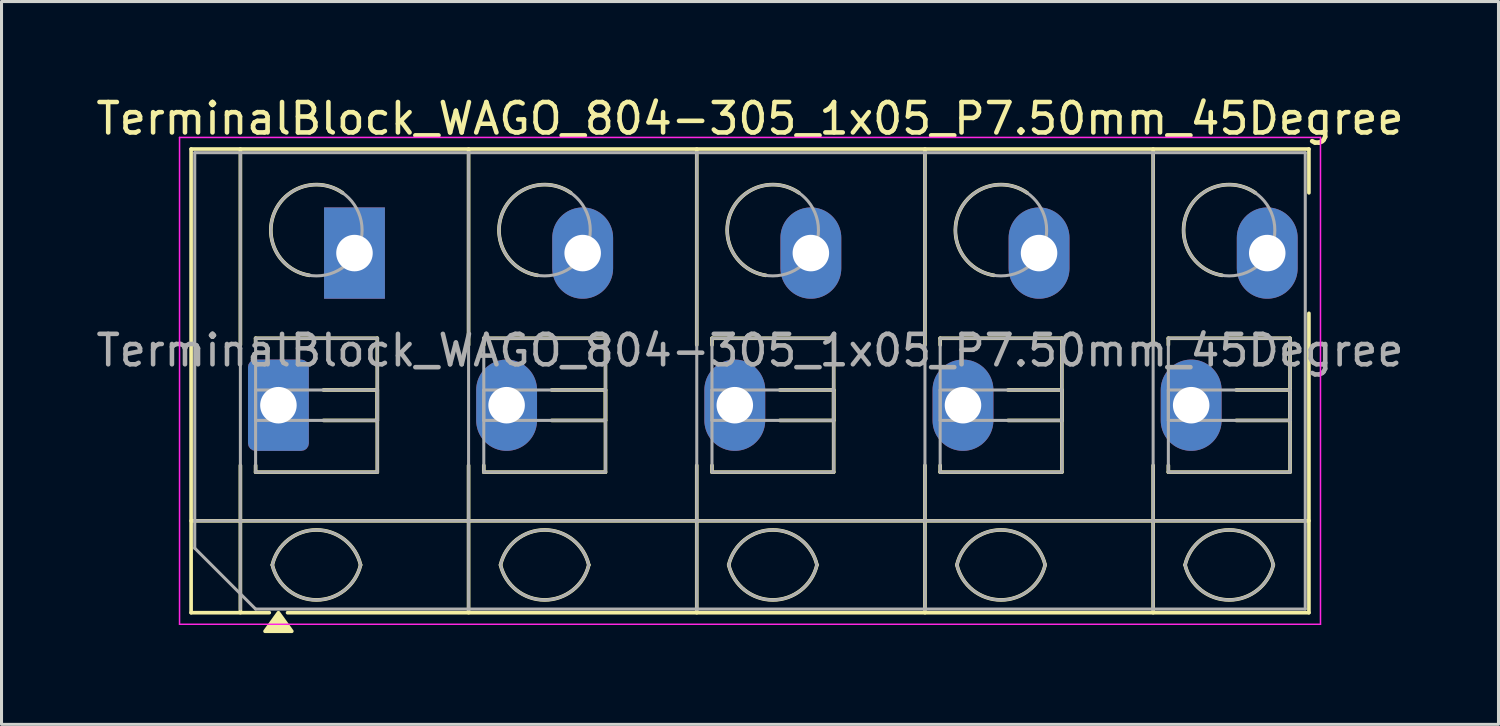
<source format=kicad_pcb>
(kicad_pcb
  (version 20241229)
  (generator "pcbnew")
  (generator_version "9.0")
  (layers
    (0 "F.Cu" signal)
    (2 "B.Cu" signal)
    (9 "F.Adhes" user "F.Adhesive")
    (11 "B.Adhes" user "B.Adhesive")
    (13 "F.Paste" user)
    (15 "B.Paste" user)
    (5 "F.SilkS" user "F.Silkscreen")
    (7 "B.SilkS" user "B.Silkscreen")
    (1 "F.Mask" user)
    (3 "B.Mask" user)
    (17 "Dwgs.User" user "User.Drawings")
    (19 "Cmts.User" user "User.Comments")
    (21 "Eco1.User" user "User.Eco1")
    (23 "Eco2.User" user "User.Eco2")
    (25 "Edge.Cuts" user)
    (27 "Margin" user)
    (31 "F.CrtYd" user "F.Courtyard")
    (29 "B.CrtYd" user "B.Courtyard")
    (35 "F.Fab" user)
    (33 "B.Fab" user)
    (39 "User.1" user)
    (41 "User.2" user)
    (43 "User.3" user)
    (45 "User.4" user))
  (footprint "TerminalBlock_WAGO_804-305_1x05_P7.50mm_45Degree"
    (layer "F.Cu")
    (at 6.101 10.268)
    (property "Reference" "TerminalBlock_WAGO_804-305_1x05_P7.50mm_45Degree" (at 15.5 -9.42 0) (layer "F.SilkS") (effects (font (size 1 1) (thickness 0.15))))
    (attr through_hole)
    (fp_line (start -2.87 -8.42) (end -2.87 6.82) (stroke (width 0.12) (type solid)) (layer "F.SilkS"))
    (fp_line (start -2.87 -8.42) (end 33.87 -8.42) (stroke (width 0.12) (type solid)) (layer "F.SilkS"))
    (fp_line (start -2.87 3.8) (end 33.87 3.8) (stroke (width 0.12) (type solid)) (layer "F.SilkS"))
    (fp_line (start -2.87 6.82) (end -0.3 6.82) (stroke (width 0.12) (type solid)) (layer "F.SilkS"))
    (fp_line (start -1.25 -8.42) (end -1.25 -1.98) (stroke (width 0.12) (type solid)) (layer "F.SilkS"))
    (fp_line (start -1.25 1.98) (end -1.25 6.82) (stroke (width 0.12) (type solid)) (layer "F.SilkS"))
    (fp_line (start -0.75 -2.2) (end -0.75 -1.98) (stroke (width 0.12) (type solid)) (layer "F.SilkS"))
    (fp_line (start -0.75 -2.2) (end 3.25 -2.2) (stroke (width 0.12) (type solid)) (layer "F.SilkS"))
    (fp_line (start -0.75 1.98) (end -0.75 2.2) (stroke (width 0.12) (type solid)) (layer "F.SilkS"))
    (fp_line (start -0.75 2.2) (end 3.25 2.2) (stroke (width 0.12) (type solid)) (layer "F.SilkS"))
    (fp_line (start 0.3 6.82) (end 33.87 6.82) (stroke (width 0.12) (type solid)) (layer "F.SilkS"))
    (fp_line (start 1.48 -0.5) (end 3.25 -0.5) (stroke (width 0.12) (type solid)) (layer "F.SilkS"))
    (fp_line (start 1.48 0.5) (end 3.25 0.5) (stroke (width 0.12) (type solid)) (layer "F.SilkS"))
    (fp_line (start 3.25 -2.2) (end 3.25 2.2) (stroke (width 0.12) (type solid)) (layer "F.SilkS"))
    (fp_line (start 3.25 -0.5) (end 3.25 0.5) (stroke (width 0.12) (type solid)) (layer "F.SilkS"))
    (fp_line (start 6.25 -8.42) (end 6.25 -1.98) (stroke (width 0.12) (type solid)) (layer "F.SilkS"))
    (fp_line (start 6.25 1.98) (end 6.25 6.82) (stroke (width 0.12) (type solid)) (layer "F.SilkS"))
    (fp_line (start 6.75 -2.2) (end 6.75 -1.98) (stroke (width 0.12) (type solid)) (layer "F.SilkS"))
    (fp_line (start 6.75 -2.2) (end 10.75 -2.2) (stroke (width 0.12) (type solid)) (layer "F.SilkS"))
    (fp_line (start 6.75 1.98) (end 6.75 2.2) (stroke (width 0.12) (type solid)) (layer "F.SilkS"))
    (fp_line (start 6.75 2.2) (end 10.75 2.2) (stroke (width 0.12) (type solid)) (layer "F.SilkS"))
    (fp_line (start 8.98 -0.5) (end 10.75 -0.5) (stroke (width 0.12) (type solid)) (layer "F.SilkS"))
    (fp_line (start 8.98 0.5) (end 10.75 0.5) (stroke (width 0.12) (type solid)) (layer "F.SilkS"))
    (fp_line (start 10.75 -2.2) (end 10.75 2.2) (stroke (width 0.12) (type solid)) (layer "F.SilkS"))
    (fp_line (start 10.75 -0.5) (end 10.75 0.5) (stroke (width 0.12) (type solid)) (layer "F.SilkS"))
    (fp_line (start 13.75 -8.42) (end 13.75 -1.98) (stroke (width 0.12) (type solid)) (layer "F.SilkS"))
    (fp_line (start 13.75 1.98) (end 13.75 6.82) (stroke (width 0.12) (type solid)) (layer "F.SilkS"))
    (fp_line (start 14.25 -2.2) (end 14.25 -1.98) (stroke (width 0.12) (type solid)) (layer "F.SilkS"))
    (fp_line (start 14.25 -2.2) (end 18.25 -2.2) (stroke (width 0.12) (type solid)) (layer "F.SilkS"))
    (fp_line (start 14.25 1.98) (end 14.25 2.2) (stroke (width 0.12) (type solid)) (layer "F.SilkS"))
    (fp_line (start 14.25 2.2) (end 18.25 2.2) (stroke (width 0.12) (type solid)) (layer "F.SilkS"))
    (fp_line (start 16.48 -0.5) (end 18.25 -0.5) (stroke (width 0.12) (type solid)) (layer "F.SilkS"))
    (fp_line (start 16.48 0.5) (end 18.25 0.5) (stroke (width 0.12) (type solid)) (layer "F.SilkS"))
    (fp_line (start 18.25 -2.2) (end 18.25 2.2) (stroke (width 0.12) (type solid)) (layer "F.SilkS"))
    (fp_line (start 18.25 -0.5) (end 18.25 0.5) (stroke (width 0.12) (type solid)) (layer "F.SilkS"))
    (fp_line (start 21.25 -8.42) (end 21.25 -1.98) (stroke (width 0.12) (type solid)) (layer "F.SilkS"))
    (fp_line (start 21.25 1.98) (end 21.25 6.82) (stroke (width 0.12) (type solid)) (layer "F.SilkS"))
    (fp_line (start 21.75 -2.2) (end 21.75 -1.98) (stroke (width 0.12) (type solid)) (layer "F.SilkS"))
    (fp_line (start 21.75 -2.2) (end 25.75 -2.2) (stroke (width 0.12) (type solid)) (layer "F.SilkS"))
    (fp_line (start 21.75 1.98) (end 21.75 2.2) (stroke (width 0.12) (type solid)) (layer "F.SilkS"))
    (fp_line (start 21.75 2.2) (end 25.75 2.2) (stroke (width 0.12) (type solid)) (layer "F.SilkS"))
    (fp_line (start 23.98 -0.5) (end 25.75 -0.5) (stroke (width 0.12) (type solid)) (layer "F.SilkS"))
    (fp_line (start 23.98 0.5) (end 25.75 0.5) (stroke (width 0.12) (type solid)) (layer "F.SilkS"))
    (fp_line (start 25.75 -2.2) (end 25.75 2.2) (stroke (width 0.12) (type solid)) (layer "F.SilkS"))
    (fp_line (start 25.75 -0.5) (end 25.75 0.5) (stroke (width 0.12) (type solid)) (layer "F.SilkS"))
    (fp_line (start 28.75 -8.42) (end 28.75 -1.98) (stroke (width 0.12) (type solid)) (layer "F.SilkS"))
    (fp_line (start 28.75 1.98) (end 28.75 6.82) (stroke (width 0.12) (type solid)) (layer "F.SilkS"))
    (fp_line (start 29.25 -2.2) (end 29.25 -1.98) (stroke (width 0.12) (type solid)) (layer "F.SilkS"))
    (fp_line (start 29.25 -2.2) (end 33.25 -2.2) (stroke (width 0.12) (type solid)) (layer "F.SilkS"))
    (fp_line (start 29.25 1.98) (end 29.25 2.2) (stroke (width 0.12) (type solid)) (layer "F.SilkS"))
    (fp_line (start 29.25 2.2) (end 33.25 2.2) (stroke (width 0.12) (type solid)) (layer "F.SilkS"))
    (fp_line (start 31.48 -0.5) (end 33.25 -0.5) (stroke (width 0.12) (type solid)) (layer "F.SilkS"))
    (fp_line (start 31.48 0.5) (end 33.25 0.5) (stroke (width 0.12) (type solid)) (layer "F.SilkS"))
    (fp_line (start 33.25 -2.2) (end 33.25 2.2) (stroke (width 0.12) (type solid)) (layer "F.SilkS"))
    (fp_line (start 33.25 -0.5) (end 33.25 0.5) (stroke (width 0.12) (type solid)) (layer "F.SilkS"))
    (fp_line (start 33.87 -8.42) (end 33.87 -6.98) (stroke (width 0.12) (type solid)) (layer "F.SilkS"))
    (fp_line (start 33.87 -3.02) (end 33.87 6.82) (stroke (width 0.12) (type solid)) (layer "F.SilkS"))
    (fp_arc (start -0.2 5.25) (mid 1.25 4.1) (end 2.7 5.25) (stroke (width 0.12) (type solid)) (layer "F.SilkS"))
    (fp_arc (start 1.02 -4.268) (mid -0.141916 -6.309209) (end 2.109 -6.98) (stroke (width 0.12) (type solid)) (layer "F.SilkS"))
    (fp_arc (start 2.7 5.25) (mid 1.25 6.4) (end -0.2 5.25) (stroke (width 0.12) (type solid)) (layer "F.SilkS"))
    (fp_arc (start 7.3 5.25) (mid 8.75 4.1) (end 10.2 5.25) (stroke (width 0.12) (type solid)) (layer "F.SilkS"))
    (fp_arc (start 8.52 -4.268) (mid 7.358084 -6.309209) (end 9.609 -6.98) (stroke (width 0.12) (type solid)) (layer "F.SilkS"))
    (fp_arc (start 10.2 5.25) (mid 8.75 6.4) (end 7.3 5.25) (stroke (width 0.12) (type solid)) (layer "F.SilkS"))
    (fp_arc (start 14.8 5.25) (mid 16.25 4.1) (end 17.7 5.25) (stroke (width 0.12) (type solid)) (layer "F.SilkS"))
    (fp_arc (start 16.02 -4.268) (mid 14.858084 -6.309209) (end 17.109 -6.98) (stroke (width 0.12) (type solid)) (layer "F.SilkS"))
    (fp_arc (start 17.7 5.25) (mid 16.25 6.4) (end 14.8 5.25) (stroke (width 0.12) (type solid)) (layer "F.SilkS"))
    (fp_arc (start 22.3 5.25) (mid 23.75 4.1) (end 25.2 5.25) (stroke (width 0.12) (type solid)) (layer "F.SilkS"))
    (fp_arc (start 23.52 -4.268) (mid 22.358084 -6.309209) (end 24.609 -6.98) (stroke (width 0.12) (type solid)) (layer "F.SilkS"))
    (fp_arc (start 25.2 5.25) (mid 23.75 6.4) (end 22.3 5.25) (stroke (width 0.12) (type solid)) (layer "F.SilkS"))
    (fp_arc (start 29.8 5.25) (mid 31.25 4.1) (end 32.7 5.25) (stroke (width 0.12) (type solid)) (layer "F.SilkS"))
    (fp_arc (start 31.02 -4.268) (mid 29.858084 -6.309209) (end 32.109 -6.98) (stroke (width 0.12) (type solid)) (layer "F.SilkS"))
    (fp_arc (start 32.7 5.25) (mid 31.25 6.4) (end 29.8 5.25) (stroke (width 0.12) (type solid)) (layer "F.SilkS"))
    (fp_poly (pts (xy 0 6.82) (xy 0.44 7.43) (xy -0.44 7.43)) (stroke (width 0.12) (type solid)) (fill yes) (layer "F.SilkS"))
    (fp_line (start -3.25 -8.8) (end -3.25 7.2) (stroke (width 0.05) (type solid)) (layer "F.CrtYd"))
    (fp_line (start -3.25 7.2) (end 34.25 7.2) (stroke (width 0.05) (type solid)) (layer "F.CrtYd"))
    (fp_line (start 34.25 -8.8) (end -3.25 -8.8) (stroke (width 0.05) (type solid)) (layer "F.CrtYd"))
    (fp_line (start 34.25 7.2) (end 34.25 -8.8) (stroke (width 0.05) (type solid)) (layer "F.CrtYd"))
    (fp_line (start -2.75 -8.3) (end 33.75 -8.3) (stroke (width 0.1) (type solid)) (layer "F.Fab"))
    (fp_line (start -2.75 3.8) (end 33.75 3.8) (stroke (width 0.1) (type solid)) (layer "F.Fab"))
    (fp_line (start -2.75 4.7) (end -2.75 -8.3) (stroke (width 0.1) (type solid)) (layer "F.Fab"))
    (fp_line (start -1.25 -8.3) (end -1.25 6.7) (stroke (width 0.1) (type solid)) (layer "F.Fab"))
    (fp_line (start -0.75 -2.2) (end -0.75 2.2) (stroke (width 0.1) (type solid)) (layer "F.Fab"))
    (fp_line (start -0.75 -0.5) (end -0.75 0.5) (stroke (width 0.1) (type solid)) (layer "F.Fab"))
    (fp_line (start -0.75 0.5) (end 3.25 0.5) (stroke (width 0.1) (type solid)) (layer "F.Fab"))
    (fp_line (start -0.75 2.2) (end 3.25 2.2) (stroke (width 0.1) (type solid)) (layer "F.Fab"))
    (fp_line (start -0.75 6.7) (end -2.75 4.7) (stroke (width 0.1) (type solid)) (layer "F.Fab"))
    (fp_line (start 3.25 -2.2) (end -0.75 -2.2) (stroke (width 0.1) (type solid)) (layer "F.Fab"))
    (fp_line (start 3.25 -0.5) (end -0.75 -0.5) (stroke (width 0.1) (type solid)) (layer "F.Fab"))
    (fp_line (start 3.25 0.5) (end 3.25 -0.5) (stroke (width 0.1) (type solid)) (layer "F.Fab"))
    (fp_line (start 3.25 2.2) (end 3.25 -2.2) (stroke (width 0.1) (type solid)) (layer "F.Fab"))
    (fp_line (start 6.25 -8.3) (end 6.25 6.7) (stroke (width 0.1) (type solid)) (layer "F.Fab"))
    (fp_line (start 6.75 -2.2) (end 6.75 2.2) (stroke (width 0.1) (type solid)) (layer "F.Fab"))
    (fp_line (start 6.75 -0.5) (end 6.75 0.5) (stroke (width 0.1) (type solid)) (layer "F.Fab"))
    (fp_line (start 6.75 0.5) (end 10.75 0.5) (stroke (width 0.1) (type solid)) (layer "F.Fab"))
    (fp_line (start 6.75 2.2) (end 10.75 2.2) (stroke (width 0.1) (type solid)) (layer "F.Fab"))
    (fp_line (start 10.75 -2.2) (end 6.75 -2.2) (stroke (width 0.1) (type solid)) (layer "F.Fab"))
    (fp_line (start 10.75 -0.5) (end 6.75 -0.5) (stroke (width 0.1) (type solid)) (layer "F.Fab"))
    (fp_line (start 10.75 0.5) (end 10.75 -0.5) (stroke (width 0.1) (type solid)) (layer "F.Fab"))
    (fp_line (start 10.75 2.2) (end 10.75 -2.2) (stroke (width 0.1) (type solid)) (layer "F.Fab"))
    (fp_line (start 13.75 -8.3) (end 13.75 6.7) (stroke (width 0.1) (type solid)) (layer "F.Fab"))
    (fp_line (start 14.25 -2.2) (end 14.25 2.2) (stroke (width 0.1) (type solid)) (layer "F.Fab"))
    (fp_line (start 14.25 -0.5) (end 14.25 0.5) (stroke (width 0.1) (type solid)) (layer "F.Fab"))
    (fp_line (start 14.25 0.5) (end 18.25 0.5) (stroke (width 0.1) (type solid)) (layer "F.Fab"))
    (fp_line (start 14.25 2.2) (end 18.25 2.2) (stroke (width 0.1) (type solid)) (layer "F.Fab"))
    (fp_line (start 18.25 -2.2) (end 14.25 -2.2) (stroke (width 0.1) (type solid)) (layer "F.Fab"))
    (fp_line (start 18.25 -0.5) (end 14.25 -0.5) (stroke (width 0.1) (type solid)) (layer "F.Fab"))
    (fp_line (start 18.25 0.5) (end 18.25 -0.5) (stroke (width 0.1) (type solid)) (layer "F.Fab"))
    (fp_line (start 18.25 2.2) (end 18.25 -2.2) (stroke (width 0.1) (type solid)) (layer "F.Fab"))
    (fp_line (start 21.25 -8.3) (end 21.25 6.7) (stroke (width 0.1) (type solid)) (layer "F.Fab"))
    (fp_line (start 21.75 -2.2) (end 21.75 2.2) (stroke (width 0.1) (type solid)) (layer "F.Fab"))
    (fp_line (start 21.75 -0.5) (end 21.75 0.5) (stroke (width 0.1) (type solid)) (layer "F.Fab"))
    (fp_line (start 21.75 0.5) (end 25.75 0.5) (stroke (width 0.1) (type solid)) (layer "F.Fab"))
    (fp_line (start 21.75 2.2) (end 25.75 2.2) (stroke (width 0.1) (type solid)) (layer "F.Fab"))
    (fp_line (start 25.75 -2.2) (end 21.75 -2.2) (stroke (width 0.1) (type solid)) (layer "F.Fab"))
    (fp_line (start 25.75 -0.5) (end 21.75 -0.5) (stroke (width 0.1) (type solid)) (layer "F.Fab"))
    (fp_line (start 25.75 0.5) (end 25.75 -0.5) (stroke (width 0.1) (type solid)) (layer "F.Fab"))
    (fp_line (start 25.75 2.2) (end 25.75 -2.2) (stroke (width 0.1) (type solid)) (layer "F.Fab"))
    (fp_line (start 28.75 -8.3) (end 28.75 6.7) (stroke (width 0.1) (type solid)) (layer "F.Fab"))
    (fp_line (start 29.25 -2.2) (end 29.25 2.2) (stroke (width 0.1) (type solid)) (layer "F.Fab"))
    (fp_line (start 29.25 -0.5) (end 29.25 0.5) (stroke (width 0.1) (type solid)) (layer "F.Fab"))
    (fp_line (start 29.25 0.5) (end 33.25 0.5) (stroke (width 0.1) (type solid)) (layer "F.Fab"))
    (fp_line (start 29.25 2.2) (end 33.25 2.2) (stroke (width 0.1) (type solid)) (layer "F.Fab"))
    (fp_line (start 33.25 -2.2) (end 29.25 -2.2) (stroke (width 0.1) (type solid)) (layer "F.Fab"))
    (fp_line (start 33.25 -0.5) (end 29.25 -0.5) (stroke (width 0.1) (type solid)) (layer "F.Fab"))
    (fp_line (start 33.25 0.5) (end 33.25 -0.5) (stroke (width 0.1) (type solid)) (layer "F.Fab"))
    (fp_line (start 33.25 2.2) (end 33.25 -2.2) (stroke (width 0.1) (type solid)) (layer "F.Fab"))
    (fp_line (start 33.75 -8.3) (end 33.75 6.7) (stroke (width 0.1) (type solid)) (layer "F.Fab"))
    (fp_line (start 33.75 6.7) (end -0.75 6.7) (stroke (width 0.1) (type solid)) (layer "F.Fab"))
    (fp_arc (start -0.2 5.25) (mid 1.25 4.1) (end 2.7 5.25) (stroke (width 0.1) (type solid)) (layer "F.Fab"))
    (fp_arc (start 2.7 5.25) (mid 1.25 6.4) (end -0.2 5.25) (stroke (width 0.1) (type solid)) (layer "F.Fab"))
    (fp_arc (start 7.3 5.25) (mid 8.75 4.1) (end 10.2 5.25) (stroke (width 0.1) (type solid)) (layer "F.Fab"))
    (fp_arc (start 10.2 5.25) (mid 8.75 6.4) (end 7.3 5.25) (stroke (width 0.1) (type solid)) (layer "F.Fab"))
    (fp_arc (start 14.8 5.25) (mid 16.25 4.1) (end 17.7 5.25) (stroke (width 0.1) (type solid)) (layer "F.Fab"))
    (fp_arc (start 17.7 5.25) (mid 16.25 6.4) (end 14.8 5.25) (stroke (width 0.1) (type solid)) (layer "F.Fab"))
    (fp_arc (start 22.3 5.25) (mid 23.75 4.1) (end 25.2 5.25) (stroke (width 0.1) (type solid)) (layer "F.Fab"))
    (fp_arc (start 25.2 5.25) (mid 23.75 6.4) (end 22.3 5.25) (stroke (width 0.1) (type solid)) (layer "F.Fab"))
    (fp_arc (start 29.8 5.25) (mid 31.25 4.1) (end 32.7 5.25) (stroke (width 0.1) (type solid)) (layer "F.Fab"))
    (fp_arc (start 32.7 5.25) (mid 31.25 6.4) (end 29.8 5.25) (stroke (width 0.1) (type solid)) (layer "F.Fab"))
    (fp_circle (center 1.25 -5.75) (end 2.75 -5.75) (stroke (width 0.1) (type solid)) (fill no) (layer "F.Fab"))
    (fp_circle (center 8.75 -5.75) (end 10.25 -5.75) (stroke (width 0.1) (type solid)) (fill no) (layer "F.Fab"))
    (fp_circle (center 16.25 -5.75) (end 17.75 -5.75) (stroke (width 0.1) (type solid)) (fill no) (layer "F.Fab"))
    (fp_circle (center 23.75 -5.75) (end 25.25 -5.75) (stroke (width 0.1) (type solid)) (fill no) (layer "F.Fab"))
    (fp_circle (center 31.25 -5.75) (end 32.75 -5.75) (stroke (width 0.1) (type solid)) (fill no) (layer "F.Fab"))
    (fp_text user "${REFERENCE}" (at 15.5 -1.8 0) (layer "F.Fab") (effects (font (size 1 1) (thickness 0.15))))
    (pad "1" thru_hole roundrect (at 0 0) (size 2 3) (drill 1.2) (layers "*.Cu" "*.Mask") (roundrect_rratio 0.125))
    (pad "1" thru_hole rect (at 2.5 -5) (size 2 3) (drill 1.2) (layers "*.Cu" "*.Mask"))
    (pad "2" thru_hole oval (at 7.5 0) (size 2 3) (drill 1.2) (layers "*.Cu" "*.Mask"))
    (pad "2" thru_hole oval (at 10 -5) (size 2 3) (drill 1.2) (layers "*.Cu" "*.Mask"))
    (pad "3" thru_hole oval (at 15 0) (size 2 3) (drill 1.2) (layers "*.Cu" "*.Mask"))
    (pad "3" thru_hole oval (at 17.5 -5) (size 2 3) (drill 1.2) (layers "*.Cu" "*.Mask"))
    (pad "4" thru_hole oval (at 22.5 0) (size 2 3) (drill 1.2) (layers "*.Cu" "*.Mask"))
    (pad "4" thru_hole oval (at 25 -5) (size 2 3) (drill 1.2) (layers "*.Cu" "*.Mask"))
    (pad "5" thru_hole oval (at 30 0) (size 2 3) (drill 1.2) (layers "*.Cu" "*.Mask"))
    (pad "5" thru_hole oval (at 32.5 -5) (size 2 3) (drill 1.2) (layers "*.Cu" "*.Mask")))
  (gr_rect
    (start -3 -3)
    (end 46.202 20.758)
    (stroke (width 0.1) (type default))
    (fill no)
    (layer "Edge.Cuts")))
</source>
